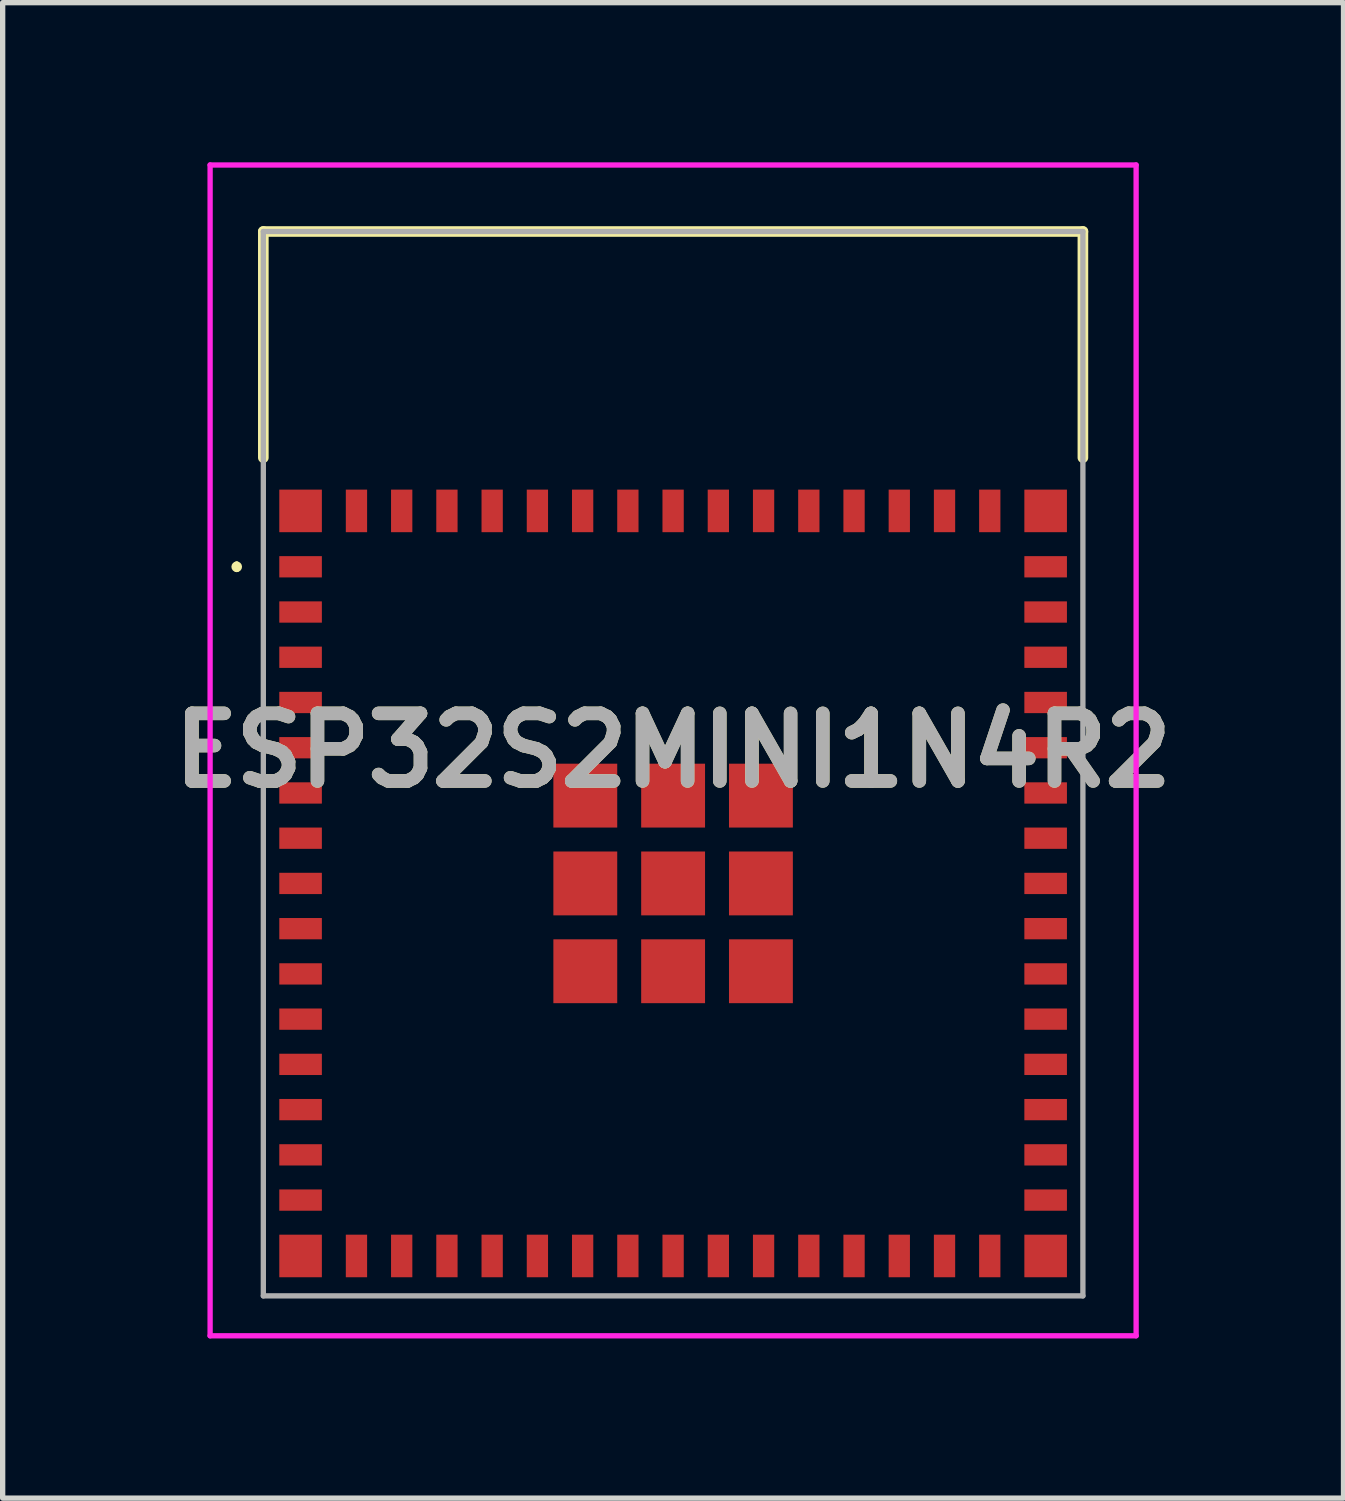
<source format=kicad_pcb>
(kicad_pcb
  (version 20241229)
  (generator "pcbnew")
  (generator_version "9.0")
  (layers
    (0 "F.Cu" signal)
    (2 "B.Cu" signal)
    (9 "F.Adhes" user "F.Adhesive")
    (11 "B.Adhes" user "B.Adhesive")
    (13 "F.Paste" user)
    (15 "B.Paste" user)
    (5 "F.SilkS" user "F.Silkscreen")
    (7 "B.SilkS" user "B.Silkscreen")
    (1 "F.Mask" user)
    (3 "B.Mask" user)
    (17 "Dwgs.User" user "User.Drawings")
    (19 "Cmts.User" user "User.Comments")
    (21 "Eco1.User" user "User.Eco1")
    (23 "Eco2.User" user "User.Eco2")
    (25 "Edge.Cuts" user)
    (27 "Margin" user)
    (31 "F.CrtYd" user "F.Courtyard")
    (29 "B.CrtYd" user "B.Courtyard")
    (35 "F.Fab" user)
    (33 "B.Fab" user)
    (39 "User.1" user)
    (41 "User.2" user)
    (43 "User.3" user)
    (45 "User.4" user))
  (footprint "ESP32S2MINI1N4R2"
    (layer "F.Cu")
    (at 9.598 13.55)
    (property "Reference" "ESP32S2MINI1N4R2" (at 0 -2.5 0) (layer "F.SilkS") (effects (font (size 1.27 1.27) (thickness 0.254))))
    (attr smd)
    (fp_line (start -8.2 -6) (end -8.2 -6) (stroke (width 0.1) (type solid)) (layer "F.SilkS"))
    (fp_line (start -8.2 -5.9) (end -8.2 -5.9) (stroke (width 0.1) (type solid)) (layer "F.SilkS"))
    (fp_line (start -7.7 -12.25) (end 7.7 -12.25) (stroke (width 0.2) (type solid)) (layer "F.SilkS"))
    (fp_line (start -7.7 -8) (end -7.7 -12.25) (stroke (width 0.2) (type solid)) (layer "F.SilkS"))
    (fp_line (start 7.7 -12.25) (end 7.7 -8) (stroke (width 0.2) (type solid)) (layer "F.SilkS"))
    (fp_arc (start -8.2 -6) (mid -8.15 -5.95) (end -8.2 -5.9) (stroke (width 0.1) (type solid)) (layer "F.SilkS"))
    (fp_arc (start -8.2 -5.9) (mid -8.25 -5.95) (end -8.2 -6) (stroke (width 0.1) (type solid)) (layer "F.SilkS"))
    (fp_line (start -8.7 -13.5) (end 8.7 -13.5) (stroke (width 0.1) (type solid)) (layer "F.CrtYd"))
    (fp_line (start -8.7 8.5) (end -8.7 -13.5) (stroke (width 0.1) (type solid)) (layer "F.CrtYd"))
    (fp_line (start 8.7 -13.5) (end 8.7 8.5) (stroke (width 0.1) (type solid)) (layer "F.CrtYd"))
    (fp_line (start 8.7 8.5) (end -8.7 8.5) (stroke (width 0.1) (type solid)) (layer "F.CrtYd"))
    (fp_line (start -7.7 -12.25) (end 7.7 -12.25) (stroke (width 0.1) (type solid)) (layer "F.Fab"))
    (fp_line (start -7.7 7.75) (end -7.7 -12.25) (stroke (width 0.1) (type solid)) (layer "F.Fab"))
    (fp_line (start 7.7 -12.25) (end 7.7 7.75) (stroke (width 0.1) (type solid)) (layer "F.Fab"))
    (fp_line (start 7.7 7.75) (end -7.7 7.75) (stroke (width 0.1) (type solid)) (layer "F.Fab"))
    (fp_text user "${REFERENCE}" (at 0 -2.5 0) (layer "F.Fab") (effects (font (size 1.27 1.27) (thickness 0.254))))
    (pad "1" smd rect (at -7 -5.95 90) (size 0.4 0.8) (layers "F.Cu" "F.Mask" "F.Paste"))
    (pad "2" smd rect (at -7 -5.1 90) (size 0.4 0.8) (layers "F.Cu" "F.Mask" "F.Paste"))
    (pad "3" smd rect (at -7 -4.25 90) (size 0.4 0.8) (layers "F.Cu" "F.Mask" "F.Paste"))
    (pad "4" smd rect (at -7 -3.4 90) (size 0.4 0.8) (layers "F.Cu" "F.Mask" "F.Paste"))
    (pad "5" smd rect (at -7 -2.55 90) (size 0.4 0.8) (layers "F.Cu" "F.Mask" "F.Paste"))
    (pad "6" smd rect (at -7 -1.7 90) (size 0.4 0.8) (layers "F.Cu" "F.Mask" "F.Paste"))
    (pad "7" smd rect (at -7 -0.85 90) (size 0.4 0.8) (layers "F.Cu" "F.Mask" "F.Paste"))
    (pad "8" smd rect (at -7 0 90) (size 0.4 0.8) (layers "F.Cu" "F.Mask" "F.Paste"))
    (pad "9" smd rect (at -7 0.85 90) (size 0.4 0.8) (layers "F.Cu" "F.Mask" "F.Paste"))
    (pad "10" smd rect (at -7 1.7 90) (size 0.4 0.8) (layers "F.Cu" "F.Mask" "F.Paste"))
    (pad "11" smd rect (at -7 2.55 90) (size 0.4 0.8) (layers "F.Cu" "F.Mask" "F.Paste"))
    (pad "12" smd rect (at -7 3.4 90) (size 0.4 0.8) (layers "F.Cu" "F.Mask" "F.Paste"))
    (pad "13" smd rect (at -7 4.25 90) (size 0.4 0.8) (layers "F.Cu" "F.Mask" "F.Paste"))
    (pad "14" smd rect (at -7 5.1 90) (size 0.4 0.8) (layers "F.Cu" "F.Mask" "F.Paste"))
    (pad "15" smd rect (at -7 5.95 90) (size 0.4 0.8) (layers "F.Cu" "F.Mask" "F.Paste"))
    (pad "16" smd rect (at -5.95 7) (size 0.4 0.8) (layers "F.Cu" "F.Mask" "F.Paste"))
    (pad "17" smd rect (at -5.1 7) (size 0.4 0.8) (layers "F.Cu" "F.Mask" "F.Paste"))
    (pad "18" smd rect (at -4.25 7) (size 0.4 0.8) (layers "F.Cu" "F.Mask" "F.Paste"))
    (pad "19" smd rect (at -3.4 7) (size 0.4 0.8) (layers "F.Cu" "F.Mask" "F.Paste"))
    (pad "20" smd rect (at -2.55 7) (size 0.4 0.8) (layers "F.Cu" "F.Mask" "F.Paste"))
    (pad "21" smd rect (at -1.7 7) (size 0.4 0.8) (layers "F.Cu" "F.Mask" "F.Paste"))
    (pad "22" smd rect (at -0.85 7) (size 0.4 0.8) (layers "F.Cu" "F.Mask" "F.Paste"))
    (pad "23" smd rect (at 0 7) (size 0.4 0.8) (layers "F.Cu" "F.Mask" "F.Paste"))
    (pad "24" smd rect (at 0.85 7) (size 0.4 0.8) (layers "F.Cu" "F.Mask" "F.Paste"))
    (pad "25" smd rect (at 1.7 7) (size 0.4 0.8) (layers "F.Cu" "F.Mask" "F.Paste"))
    (pad "26" smd rect (at 2.55 7) (size 0.4 0.8) (layers "F.Cu" "F.Mask" "F.Paste"))
    (pad "27" smd rect (at 3.4 7) (size 0.4 0.8) (layers "F.Cu" "F.Mask" "F.Paste"))
    (pad "28" smd rect (at 4.25 7) (size 0.4 0.8) (layers "F.Cu" "F.Mask" "F.Paste"))
    (pad "29" smd rect (at 5.1 7) (size 0.4 0.8) (layers "F.Cu" "F.Mask" "F.Paste"))
    (pad "30" smd rect (at 5.95 7) (size 0.4 0.8) (layers "F.Cu" "F.Mask" "F.Paste"))
    (pad "31" smd rect (at 7 5.95 90) (size 0.4 0.8) (layers "F.Cu" "F.Mask" "F.Paste"))
    (pad "32" smd rect (at 7 5.1 90) (size 0.4 0.8) (layers "F.Cu" "F.Mask" "F.Paste"))
    (pad "33" smd rect (at 7 4.25 90) (size 0.4 0.8) (layers "F.Cu" "F.Mask" "F.Paste"))
    (pad "34" smd rect (at 7 3.4 90) (size 0.4 0.8) (layers "F.Cu" "F.Mask" "F.Paste"))
    (pad "35" smd rect (at 7 2.55 90) (size 0.4 0.8) (layers "F.Cu" "F.Mask" "F.Paste"))
    (pad "36" smd rect (at 7 1.7 90) (size 0.4 0.8) (layers "F.Cu" "F.Mask" "F.Paste"))
    (pad "37" smd rect (at 7 0.85 90) (size 0.4 0.8) (layers "F.Cu" "F.Mask" "F.Paste"))
    (pad "38" smd rect (at 7 0 90) (size 0.4 0.8) (layers "F.Cu" "F.Mask" "F.Paste"))
    (pad "39" smd rect (at 7 -0.85 90) (size 0.4 0.8) (layers "F.Cu" "F.Mask" "F.Paste"))
    (pad "40" smd rect (at 7 -1.7 90) (size 0.4 0.8) (layers "F.Cu" "F.Mask" "F.Paste"))
    (pad "41" smd rect (at 7 -2.55 90) (size 0.4 0.8) (layers "F.Cu" "F.Mask" "F.Paste"))
    (pad "42" smd rect (at 7 -3.4 90) (size 0.4 0.8) (layers "F.Cu" "F.Mask" "F.Paste"))
    (pad "43" smd rect (at 7 -4.25 90) (size 0.4 0.8) (layers "F.Cu" "F.Mask" "F.Paste"))
    (pad "44" smd rect (at 7 -5.1 90) (size 0.4 0.8) (layers "F.Cu" "F.Mask" "F.Paste"))
    (pad "45" smd rect (at 7 -5.95 90) (size 0.4 0.8) (layers "F.Cu" "F.Mask" "F.Paste"))
    (pad "46" smd rect (at 5.95 -7) (size 0.4 0.8) (layers "F.Cu" "F.Mask" "F.Paste"))
    (pad "47" smd rect (at 5.1 -7) (size 0.4 0.8) (layers "F.Cu" "F.Mask" "F.Paste"))
    (pad "48" smd rect (at 4.25 -7) (size 0.4 0.8) (layers "F.Cu" "F.Mask" "F.Paste"))
    (pad "49" smd rect (at 3.4 -7) (size 0.4 0.8) (layers "F.Cu" "F.Mask" "F.Paste"))
    (pad "50" smd rect (at 2.55 -7) (size 0.4 0.8) (layers "F.Cu" "F.Mask" "F.Paste"))
    (pad "51" smd rect (at 1.7 -7) (size 0.4 0.8) (layers "F.Cu" "F.Mask" "F.Paste"))
    (pad "52" smd rect (at 0.85 -7) (size 0.4 0.8) (layers "F.Cu" "F.Mask" "F.Paste"))
    (pad "53" smd rect (at 0 -7) (size 0.4 0.8) (layers "F.Cu" "F.Mask" "F.Paste"))
    (pad "54" smd rect (at -0.85 -7) (size 0.4 0.8) (layers "F.Cu" "F.Mask" "F.Paste"))
    (pad "55" smd rect (at -1.7 -7) (size 0.4 0.8) (layers "F.Cu" "F.Mask" "F.Paste"))
    (pad "56" smd rect (at -2.55 -7) (size 0.4 0.8) (layers "F.Cu" "F.Mask" "F.Paste"))
    (pad "57" smd rect (at -3.4 -7) (size 0.4 0.8) (layers "F.Cu" "F.Mask" "F.Paste"))
    (pad "58" smd rect (at -4.25 -7) (size 0.4 0.8) (layers "F.Cu" "F.Mask" "F.Paste"))
    (pad "59" smd rect (at -5.1 -7) (size 0.4 0.8) (layers "F.Cu" "F.Mask" "F.Paste"))
    (pad "60" smd rect (at -5.95 -7) (size 0.4 0.8) (layers "F.Cu" "F.Mask" "F.Paste"))
    (pad "61" smd rect (at 0 0) (size 1.2 1.2) (layers "F.Cu" "F.Mask" "F.Paste"))
    (pad "62" smd rect (at -7 -7) (size 0.8 0.8) (layers "F.Cu" "F.Mask" "F.Paste"))
    (pad "63" smd rect (at -7 7) (size 0.8 0.8) (layers "F.Cu" "F.Mask" "F.Paste"))
    (pad "64" smd rect (at 7 7) (size 0.8 0.8) (layers "F.Cu" "F.Mask" "F.Paste"))
    (pad "65" smd rect (at 7 -7) (size 0.8 0.8) (layers "F.Cu" "F.Mask" "F.Paste"))
    (pad "66" smd rect (at -1.65 -1.65) (size 1.2 1.2) (layers "F.Cu" "F.Mask" "F.Paste"))
    (pad "67" smd rect (at -1.65 0) (size 1.2 1.2) (layers "F.Cu" "F.Mask" "F.Paste"))
    (pad "68" smd rect (at -1.65 1.65) (size 1.2 1.2) (layers "F.Cu" "F.Mask" "F.Paste"))
    (pad "69" smd rect (at 0 1.65) (size 1.2 1.2) (layers "F.Cu" "F.Mask" "F.Paste"))
    (pad "70" smd rect (at 1.65 1.65) (size 1.2 1.2) (layers "F.Cu" "F.Mask" "F.Paste"))
    (pad "71" smd rect (at 1.65 0) (size 1.2 1.2) (layers "F.Cu" "F.Mask" "F.Paste"))
    (pad "72" smd rect (at 1.65 -1.65) (size 1.2 1.2) (layers "F.Cu" "F.Mask" "F.Paste"))
    (pad "73" smd rect (at 0 -1.65) (size 1.2 1.2) (layers "F.Cu" "F.Mask" "F.Paste")))
  (gr_rect
    (start -3 -3)
    (end 22.195 25.1)
    (stroke (width 0.1) (type default))
    (fill no)
    (layer "Edge.Cuts")))
</source>
